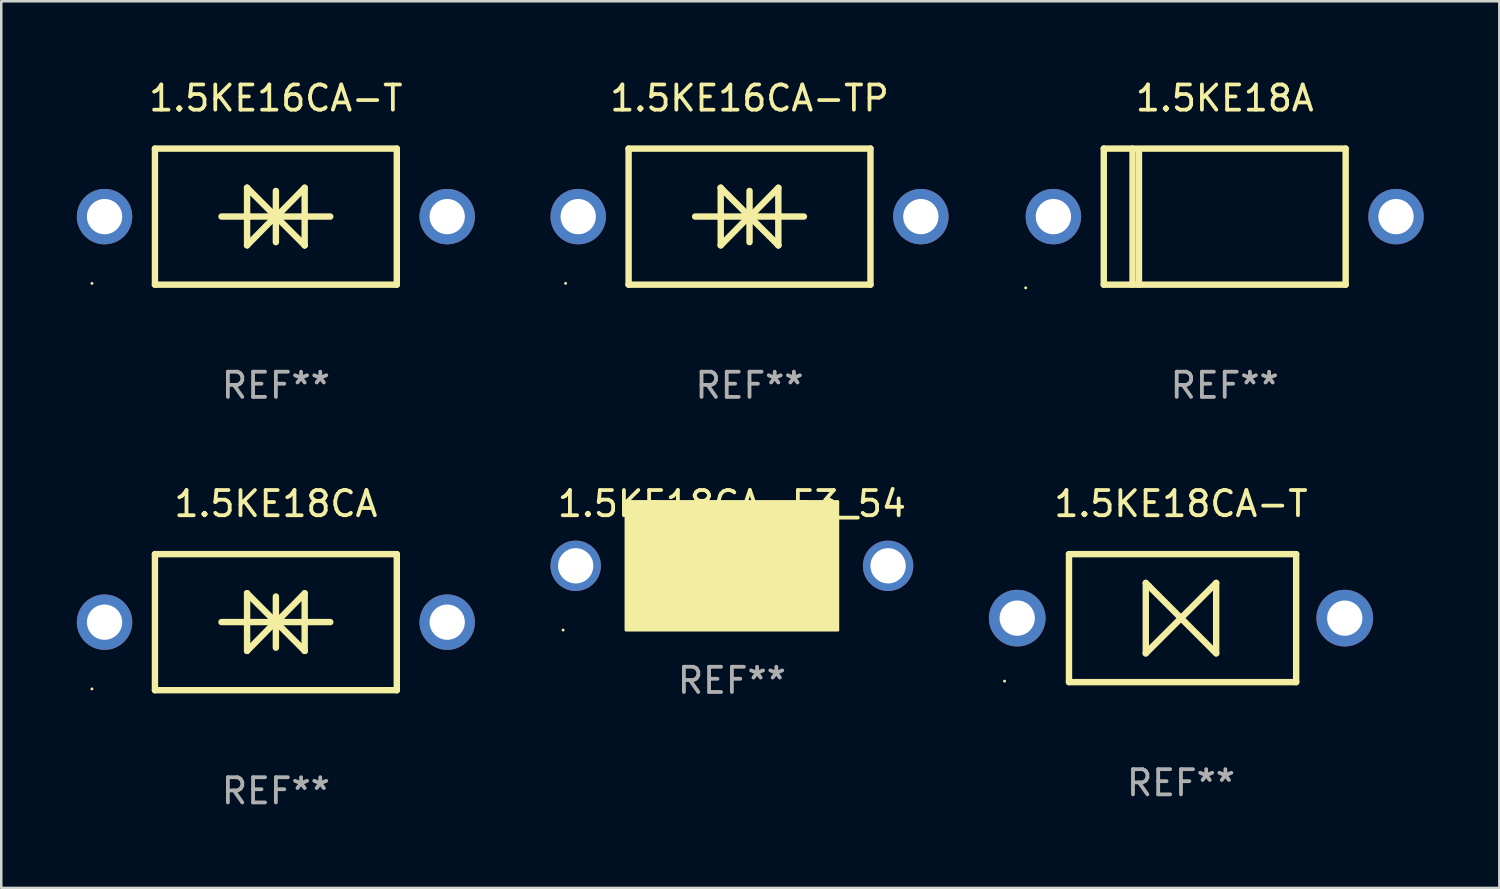
<source format=kicad_pcb>
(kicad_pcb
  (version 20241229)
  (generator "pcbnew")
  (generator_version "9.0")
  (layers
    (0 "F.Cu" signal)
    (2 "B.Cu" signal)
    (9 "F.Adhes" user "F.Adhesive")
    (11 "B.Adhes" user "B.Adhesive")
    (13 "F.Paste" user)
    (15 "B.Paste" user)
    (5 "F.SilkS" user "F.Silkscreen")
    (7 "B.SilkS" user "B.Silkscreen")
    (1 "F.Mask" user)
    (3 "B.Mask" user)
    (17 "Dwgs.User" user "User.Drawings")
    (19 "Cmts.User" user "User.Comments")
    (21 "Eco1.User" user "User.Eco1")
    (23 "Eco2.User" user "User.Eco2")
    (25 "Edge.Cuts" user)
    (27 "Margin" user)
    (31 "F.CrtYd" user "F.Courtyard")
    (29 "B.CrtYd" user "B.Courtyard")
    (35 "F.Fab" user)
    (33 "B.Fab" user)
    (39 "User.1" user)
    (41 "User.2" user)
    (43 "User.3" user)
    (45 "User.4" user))
  (footprint "1.5KE18CA-E3_54"
    (layer "F.Cu")
    (at 26 19.453)
    (property "Reference" "1.5KE18CA-E3_54" (at 0 -2.508 0) (layer "F.SilkS") (effects (font (size 1 1) (thickness 0.15))))
    (attr through_hole)
    (fp_line (start -1.498 0) (end 0.534 0) (stroke (width 0.254) (type solid)) (layer "F.SilkS"))
    (fp_line (start -0.99 -0.508) (end -0.99 0.508) (stroke (width 0.254) (type solid)) (layer "F.SilkS"))
    (fp_line (start -0.99 0.508) (end 0.026 0) (stroke (width 0.254) (type solid)) (layer "F.SilkS"))
    (fp_line (start 0.026 -0.508) (end 0.026 0.508) (stroke (width 0.254) (type solid)) (layer "F.SilkS"))
    (fp_line (start 0.026 0) (end -0.99 -0.508) (stroke (width 0.254) (type solid)) (layer "F.SilkS"))
    (fp_line (start 0.026 0) (end 0.026 -0.508) (stroke (width 0.254) (type solid)) (layer "F.SilkS"))
    (fp_line (start 0.038 0) (end 0.038 0.508) (stroke (width 0.254) (type solid)) (layer "F.SilkS"))
    (fp_line (start 0.038 0) (end 1.054 0.508) (stroke (width 0.254) (type solid)) (layer "F.SilkS"))
    (fp_line (start 0.038 0.508) (end 0.038 -0.508) (stroke (width 0.254) (type solid)) (layer "F.SilkS"))
    (fp_line (start 1.054 -0.508) (end 0.038 0) (stroke (width 0.254) (type solid)) (layer "F.SilkS"))
    (fp_line (start 1.054 0.508) (end 1.054 -0.508) (stroke (width 0.254) (type solid)) (layer "F.SilkS"))
    (fp_line (start 1.562 0) (end -0.47 0) (stroke (width 0.254) (type solid)) (layer "F.SilkS"))
    (fp_circle (center -6.7 2.505) (end -6.67 2.505) (stroke (width 0.06) (type solid)) (fill no) (layer "F.SilkS"))
    (fp_poly (pts (xy -4.2 -2.595) (xy 4.2 -2.595) (xy 4.2 2.505) (xy -4.2 2.505)) (stroke (width 0.12) (type solid)) (fill yes) (layer "F.SilkS"))
    (fp_text user "REF**" (at 0 4.508 0) (layer "F.Fab") (effects (font (size 1 1) (thickness 0.15))))
    (pad "1" thru_hole circle (at -6.2 -0.045) (size 2 2) (drill 1.4) (layers "*.Cu" "*.Mask"))
    (pad "2" thru_hole circle (at 6.2 -0.045) (size 2 2) (drill 1.4) (layers "*.Cu" "*.Mask")))
  (footprint "1.5KE18CA-T"
    (layer "F.Cu")
    (at 43.825 21.485)
    (property "Reference" "1.5KE18CA-T" (at 0 -4.54 0) (layer "F.SilkS") (effects (font (size 1 1) (thickness 0.15))))
    (attr through_hole)
    (fp_line (start -4.445 -2.54) (end -4.445 2.54) (stroke (width 0.254) (type solid)) (layer "F.SilkS"))
    (fp_line (start -4.445 2.54) (end 4.572 2.54) (stroke (width 0.254) (type solid)) (layer "F.SilkS"))
    (fp_line (start -1.397 -1.397) (end -1.27 -1.27) (stroke (width 0.254) (type solid)) (layer "F.SilkS"))
    (fp_line (start -1.397 1.397) (end -1.397 -1.397) (stroke (width 0.254) (type solid)) (layer "F.SilkS"))
    (fp_line (start -1.27 -1.27) (end 0 0) (stroke (width 0.254) (type solid)) (layer "F.SilkS"))
    (fp_line (start 0 0) (end -1.397 1.397) (stroke (width 0.254) (type solid)) (layer "F.SilkS"))
    (fp_line (start 0 0) (end 1.397 -1.397) (stroke (width 0.254) (type solid)) (layer "F.SilkS"))
    (fp_line (start 1.27 1.27) (end 0 0) (stroke (width 0.254) (type solid)) (layer "F.SilkS"))
    (fp_line (start 1.397 -1.397) (end 1.397 1.397) (stroke (width 0.254) (type solid)) (layer "F.SilkS"))
    (fp_line (start 1.397 1.397) (end 1.27 1.27) (stroke (width 0.254) (type solid)) (layer "F.SilkS"))
    (fp_line (start 4.572 -2.54) (end -4.445 -2.54) (stroke (width 0.254) (type solid)) (layer "F.SilkS"))
    (fp_line (start 4.572 2.54) (end 4.572 -2.54) (stroke (width 0.254) (type solid)) (layer "F.SilkS"))
    (fp_circle (center -7.002 2.5) (end -6.972 2.5) (stroke (width 0.06) (type solid)) (fill no) (layer "F.SilkS"))
    (fp_text user "REF**" (at 0 6.54 0) (layer "F.Fab") (effects (font (size 1 1) (thickness 0.15))))
    (pad "1" thru_hole circle (at -6.5 0) (size 2.25 2.25) (drill 1.4) (layers "*.Cu" "*.Mask"))
    (pad "2" thru_hole circle (at 6.5 0) (size 2.25 2.25) (drill 1.4) (layers "*.Cu" "*.Mask")))
  (footprint "1.5KE18A"
    (layer "F.Cu")
    (at 45.561 5.548)
    (property "Reference" "1.5KE18A" (at 0 -4.7 0) (layer "F.SilkS") (effects (font (size 1 1) (thickness 0.15))))
    (attr through_hole)
    (fp_line (start -4.8 -2.7) (end 4.8 -2.7) (stroke (width 0.254) (type solid)) (layer "F.SilkS"))
    (fp_line (start -4.8 2.7) (end -4.8 -2.7) (stroke (width 0.254) (type solid)) (layer "F.SilkS"))
    (fp_line (start -3.658 2.7) (end -3.658 -2.7) (stroke (width 0.254) (type solid)) (layer "F.SilkS"))
    (fp_line (start -3.404 2.7) (end -3.404 -2.54) (stroke (width 0.254) (type solid)) (layer "F.SilkS"))
    (fp_line (start 4.8 2.7) (end -4.8 2.7) (stroke (width 0.254) (type solid)) (layer "F.SilkS"))
    (fp_line (start 4.8 2.7) (end 4.8 -2.7) (stroke (width 0.254) (type solid)) (layer "F.SilkS"))
    (fp_circle (center -7.9 2.827) (end -7.87 2.827) (stroke (width 0.06) (type solid)) (fill no) (layer "F.SilkS"))
    (fp_text user "REF**" (at 0 6.7 0) (layer "F.Fab") (effects (font (size 1 1) (thickness 0.15))))
    (pad "1" thru_hole circle (at -6.8 0) (size 2.2 2.2) (drill 1.4) (layers "*.Cu" "*.Mask"))
    (pad "2" thru_hole circle (at 6.8 0) (size 2.2 2.2) (drill 1.4) (layers "*.Cu" "*.Mask")))
  (footprint "1.5KE16CA-TP"
    (layer "F.Cu")
    (at 26.7 5.548)
    (property "Reference" "1.5KE16CA-TP" (at 0 -4.7 0) (layer "F.SilkS") (effects (font (size 1 1) (thickness 0.15))))
    (attr through_hole)
    (fp_line (start -4.8 -2.7) (end -4.8 2.7) (stroke (width 0.254) (type solid)) (layer "F.SilkS"))
    (fp_line (start -4.8 -2.7) (end 4.8 -2.7) (stroke (width 0.254) (type solid)) (layer "F.SilkS"))
    (fp_line (start -2.159 -0.003) (end 2.159 -0.003) (stroke (width 0.254) (type solid)) (layer "F.SilkS"))
    (fp_line (start -1.143 -1.146) (end -1.143 1.14) (stroke (width 0.254) (type solid)) (layer "F.SilkS"))
    (fp_line (start -1.143 -1.143) (end -1.143 -1.146) (stroke (width 0.254) (type solid)) (layer "F.SilkS"))
    (fp_line (start 0 -1.019) (end 0 1.013) (stroke (width 0.254) (type solid)) (layer "F.SilkS"))
    (fp_line (start 0 -0.026) (end -1.143 1.14) (stroke (width 0.254) (type solid)) (layer "F.SilkS"))
    (fp_line (start 0 -0.006) (end 1.143 1.137) (stroke (width 0.254) (type solid)) (layer "F.SilkS"))
    (fp_line (start 0 0) (end -1.143 -1.143) (stroke (width 0.254) (type solid)) (layer "F.SilkS"))
    (fp_line (start 0 0.02) (end 1.143 -1.146) (stroke (width 0.254) (type solid)) (layer "F.SilkS"))
    (fp_line (start 1.143 1.137) (end 1.143 1.14) (stroke (width 0.254) (type solid)) (layer "F.SilkS"))
    (fp_line (start 1.143 1.14) (end 1.143 -1.146) (stroke (width 0.254) (type solid)) (layer "F.SilkS"))
    (fp_line (start 4.8 -2.7) (end 4.8 2.7) (stroke (width 0.254) (type solid)) (layer "F.SilkS"))
    (fp_line (start 4.8 2.7) (end -4.8 2.7) (stroke (width 0.254) (type solid)) (layer "F.SilkS"))
    (fp_circle (center -7.3 2.65) (end -7.27 2.65) (stroke (width 0.06) (type solid)) (fill no) (layer "F.SilkS"))
    (fp_text user "REF**" (at 0 6.7 0) (layer "F.Fab") (effects (font (size 1 1) (thickness 0.15))))
    (pad "1" thru_hole circle (at -6.8 0) (size 2.2 2.2) (drill 1.4) (layers "*.Cu" "*.Mask"))
    (pad "2" thru_hole circle (at 6.8 0) (size 2.2 2.2) (drill 1.4) (layers "*.Cu" "*.Mask")))
  (footprint "1.5KE16CA-T"
    (layer "F.Cu")
    (at 7.9 5.548)
    (property "Reference" "1.5KE16CA-T" (at 0 -4.7 0) (layer "F.SilkS") (effects (font (size 1 1) (thickness 0.15))))
    (attr through_hole)
    (fp_line (start -4.8 -2.7) (end -4.8 2.7) (stroke (width 0.254) (type solid)) (layer "F.SilkS"))
    (fp_line (start -4.8 -2.7) (end 4.8 -2.7) (stroke (width 0.254) (type solid)) (layer "F.SilkS"))
    (fp_line (start -2.159 -0.003) (end 2.159 -0.003) (stroke (width 0.254) (type solid)) (layer "F.SilkS"))
    (fp_line (start -1.143 -1.146) (end -1.143 1.14) (stroke (width 0.254) (type solid)) (layer "F.SilkS"))
    (fp_line (start -1.143 -1.143) (end -1.143 -1.146) (stroke (width 0.254) (type solid)) (layer "F.SilkS"))
    (fp_line (start 0 -1.019) (end 0 1.013) (stroke (width 0.254) (type solid)) (layer "F.SilkS"))
    (fp_line (start 0 -0.026) (end -1.143 1.14) (stroke (width 0.254) (type solid)) (layer "F.SilkS"))
    (fp_line (start 0 -0.006) (end 1.143 1.137) (stroke (width 0.254) (type solid)) (layer "F.SilkS"))
    (fp_line (start 0 0) (end -1.143 -1.143) (stroke (width 0.254) (type solid)) (layer "F.SilkS"))
    (fp_line (start 0 0.02) (end 1.143 -1.146) (stroke (width 0.254) (type solid)) (layer "F.SilkS"))
    (fp_line (start 1.143 1.137) (end 1.143 1.14) (stroke (width 0.254) (type solid)) (layer "F.SilkS"))
    (fp_line (start 1.143 1.14) (end 1.143 -1.146) (stroke (width 0.254) (type solid)) (layer "F.SilkS"))
    (fp_line (start 4.8 -2.7) (end 4.8 2.7) (stroke (width 0.254) (type solid)) (layer "F.SilkS"))
    (fp_line (start 4.8 2.7) (end -4.8 2.7) (stroke (width 0.254) (type solid)) (layer "F.SilkS"))
    (fp_circle (center -7.3 2.65) (end -7.27 2.65) (stroke (width 0.06) (type solid)) (fill no) (layer "F.SilkS"))
    (fp_text user "REF**" (at 0 6.7 0) (layer "F.Fab") (effects (font (size 1 1) (thickness 0.15))))
    (pad "1" thru_hole circle (at -6.8 0) (size 2.2 2.2) (drill 1.4) (layers "*.Cu" "*.Mask"))
    (pad "2" thru_hole circle (at 6.8 0) (size 2.2 2.2) (drill 1.4) (layers "*.Cu" "*.Mask")))
  (footprint "1.5KE18CA"
    (layer "F.Cu")
    (at 7.9 21.645)
    (property "Reference" "1.5KE18CA" (at 0 -4.7 0) (layer "F.SilkS") (effects (font (size 1 1) (thickness 0.15))))
    (attr through_hole)
    (fp_line (start -4.8 -2.7) (end -4.8 2.7) (stroke (width 0.254) (type solid)) (layer "F.SilkS"))
    (fp_line (start -4.8 -2.7) (end 4.8 -2.7) (stroke (width 0.254) (type solid)) (layer "F.SilkS"))
    (fp_line (start -2.159 -0.003) (end 2.159 -0.003) (stroke (width 0.254) (type solid)) (layer "F.SilkS"))
    (fp_line (start -1.143 -1.146) (end -1.143 1.14) (stroke (width 0.254) (type solid)) (layer "F.SilkS"))
    (fp_line (start -1.143 -1.143) (end -1.143 -1.146) (stroke (width 0.254) (type solid)) (layer "F.SilkS"))
    (fp_line (start 0 -1.019) (end 0 1.013) (stroke (width 0.254) (type solid)) (layer "F.SilkS"))
    (fp_line (start 0 -0.026) (end -1.143 1.14) (stroke (width 0.254) (type solid)) (layer "F.SilkS"))
    (fp_line (start 0 -0.006) (end 1.143 1.137) (stroke (width 0.254) (type solid)) (layer "F.SilkS"))
    (fp_line (start 0 0) (end -1.143 -1.143) (stroke (width 0.254) (type solid)) (layer "F.SilkS"))
    (fp_line (start 0 0.02) (end 1.143 -1.146) (stroke (width 0.254) (type solid)) (layer "F.SilkS"))
    (fp_line (start 1.143 1.137) (end 1.143 1.14) (stroke (width 0.254) (type solid)) (layer "F.SilkS"))
    (fp_line (start 1.143 1.14) (end 1.143 -1.146) (stroke (width 0.254) (type solid)) (layer "F.SilkS"))
    (fp_line (start 4.8 -2.7) (end 4.8 2.7) (stroke (width 0.254) (type solid)) (layer "F.SilkS"))
    (fp_line (start 4.8 2.7) (end -4.8 2.7) (stroke (width 0.254) (type solid)) (layer "F.SilkS"))
    (fp_circle (center -7.3 2.65) (end -7.27 2.65) (stroke (width 0.06) (type solid)) (fill no) (layer "F.SilkS"))
    (fp_text user "REF**" (at 0 6.7 0) (layer "F.Fab") (effects (font (size 1 1) (thickness 0.15))))
    (pad "1" thru_hole circle (at -6.8 0) (size 2.2 2.2) (drill 1.4) (layers "*.Cu" "*.Mask"))
    (pad "2" thru_hole circle (at 6.8 0) (size 2.2 2.2) (drill 1.4) (layers "*.Cu" "*.Mask")))
  (gr_rect
    (start -3 -3)
    (end 56.461 32.193)
    (stroke (width 0.1) (type default))
    (fill no)
    (layer "Edge.Cuts")))
</source>
